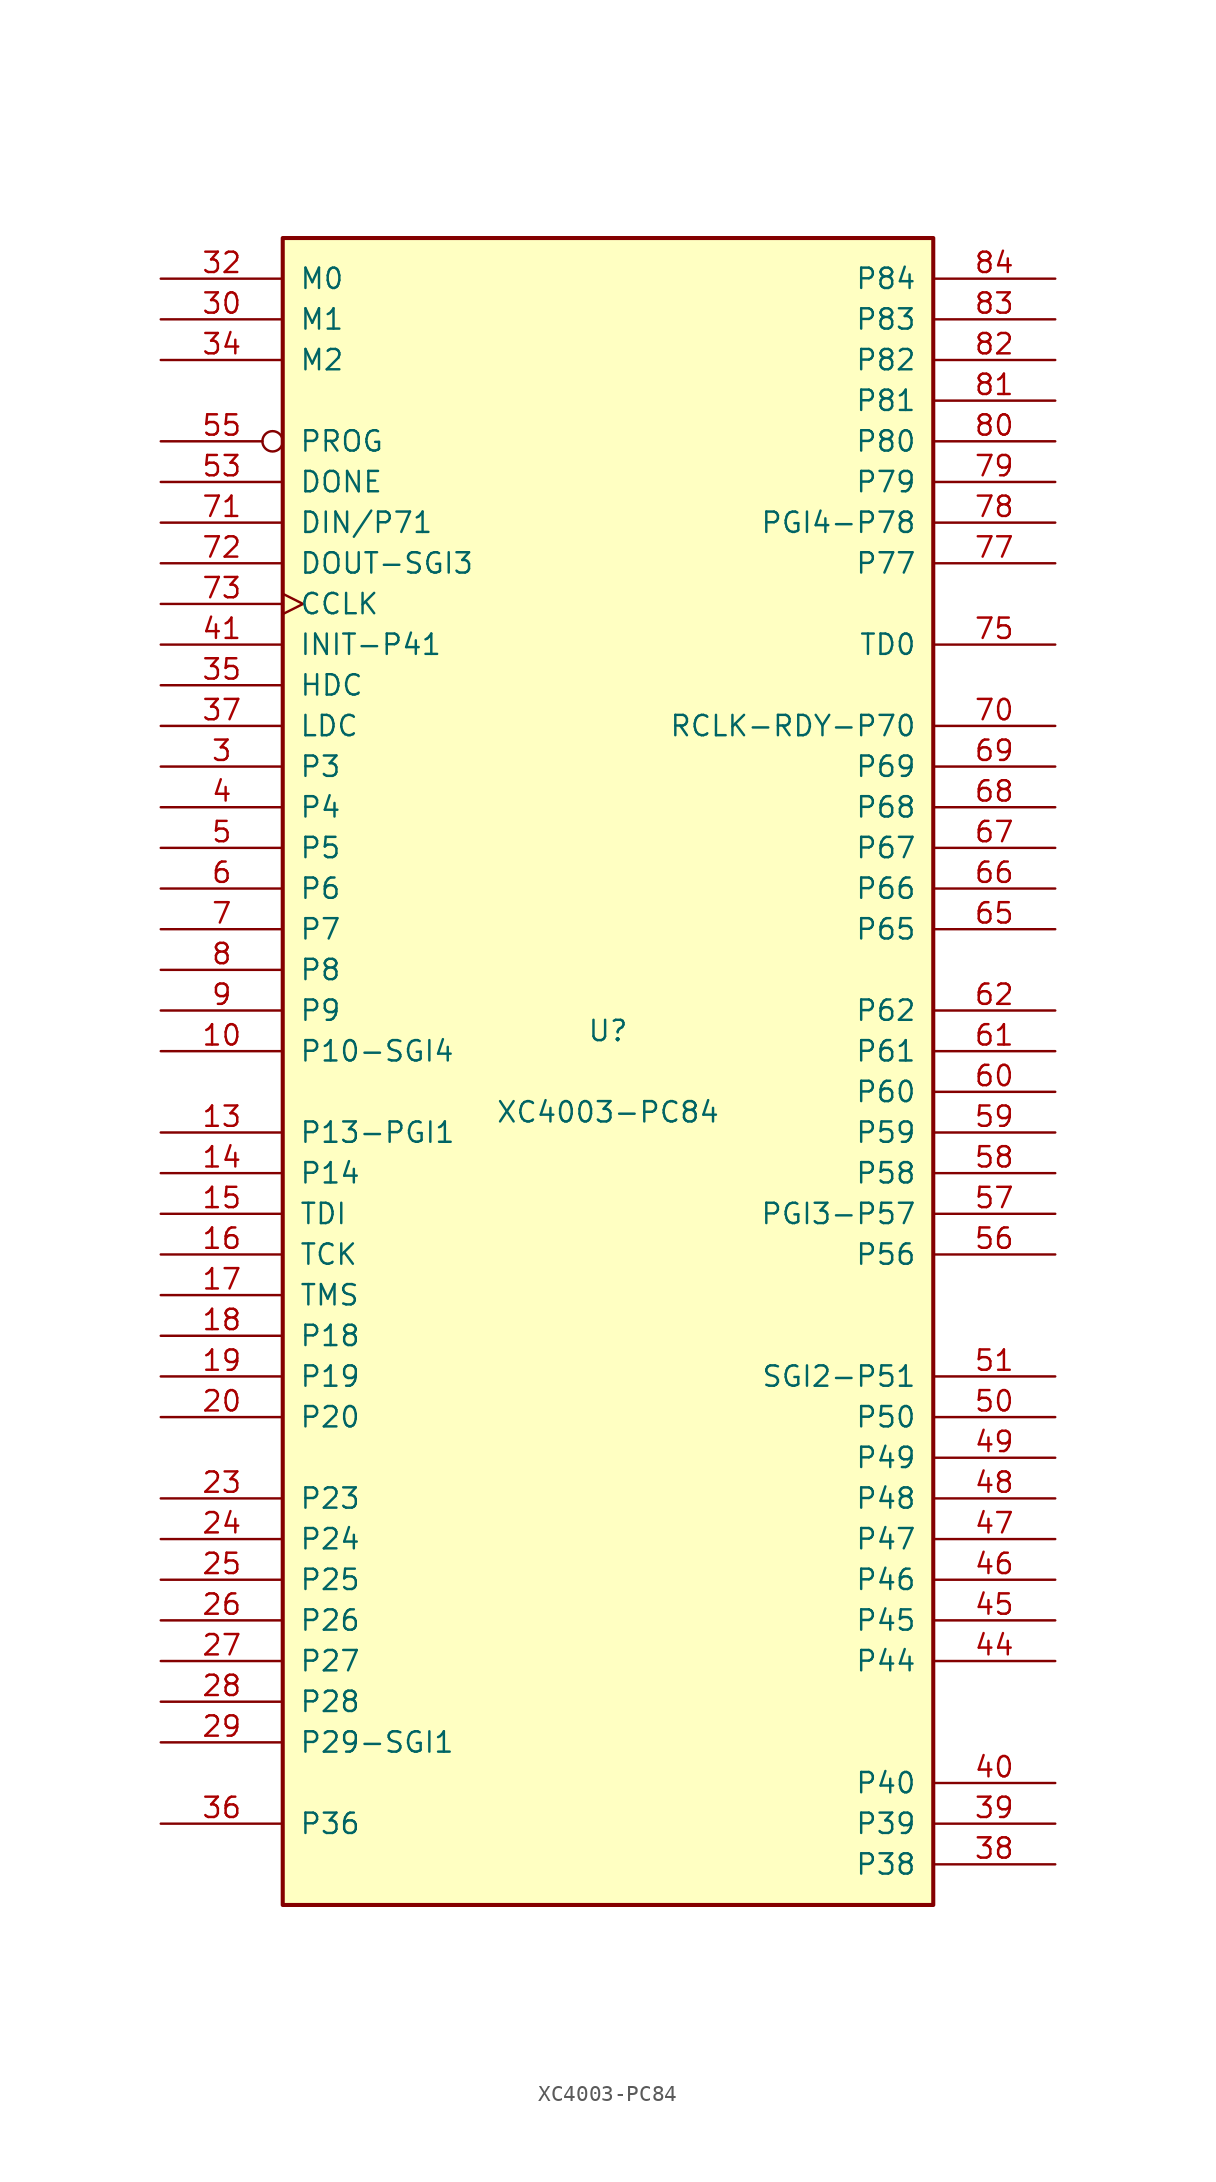
<source format=kicad_sym>
(kicad_symbol_lib
  (version 20201005)
  (generator kicad_symbol_editor)
  (symbol "FPGA_Xilinx:XC4003-PC84"
    (pin_names
      (offset 1.016))
    (property "Reference" "U"
      (at 0 2.54 0)
      (effects (font (size 1.27 1.27))))
    (property "Value" "XC4003-PC84"
      (at 0 -2.54 0)
      (effects (font (size 1.27 1.27))))
    (symbol "XC4003-PC84_0_1"
      (rectangle (start -20.32 -52.07) (end 20.32 52.07) (stroke (width 0.254)) (fill (type background))))
    (symbol "XC4003-PC84_1_1"
      (pin power_in line (at -10.16 -52.07 90) (length 0) hide (name "GND" (effects (font (size 1.27 1.27)))) (number "1" (effects (font (size 1.27 1.27)))))
      (pin passive line (at -27.94 1.27 0) (length 7.62) (name "P10-SGI4" (effects (font (size 1.27 1.27)))) (number "10" (effects (font (size 1.27 1.27)))))
      (pin power_in line (at -2.54 52.07 270) (length 0) hide (name "VCC" (effects (font (size 1.27 1.27)))) (number "11" (effects (font (size 1.27 1.27)))))
      (pin power_in line (at -7.62 -52.07 90) (length 0) hide (name "GND" (effects (font (size 1.27 1.27)))) (number "12" (effects (font (size 1.27 1.27)))))
      (pin passive line (at -27.94 -3.81 0) (length 7.62) (name "P13-PGI1" (effects (font (size 1.27 1.27)))) (number "13" (effects (font (size 1.27 1.27)))))
      (pin passive line (at -27.94 -6.35 0) (length 7.62) (name "P14" (effects (font (size 1.27 1.27)))) (number "14" (effects (font (size 1.27 1.27)))))
      (pin passive line (at -27.94 -8.89 0) (length 7.62) (name "TDI" (effects (font (size 1.27 1.27)))) (number "15" (effects (font (size 1.27 1.27)))))
      (pin passive line (at -27.94 -11.43 0) (length 7.62) (name "TCK" (effects (font (size 1.27 1.27)))) (number "16" (effects (font (size 1.27 1.27)))))
      (pin passive line (at -27.94 -13.97 0) (length 7.62) (name "TMS" (effects (font (size 1.27 1.27)))) (number "17" (effects (font (size 1.27 1.27)))))
      (pin passive line (at -27.94 -16.51 0) (length 7.62) (name "P18" (effects (font (size 1.27 1.27)))) (number "18" (effects (font (size 1.27 1.27)))))
      (pin passive line (at -27.94 -19.05 0) (length 7.62) (name "P19" (effects (font (size 1.27 1.27)))) (number "19" (effects (font (size 1.27 1.27)))))
      (pin power_in line (at -5.08 52.07 270) (length 0) hide (name "VCC" (effects (font (size 1.27 1.27)))) (number "2" (effects (font (size 1.27 1.27)))))
      (pin passive line (at -27.94 -21.59 0) (length 7.62) (name "P20" (effects (font (size 1.27 1.27)))) (number "20" (effects (font (size 1.27 1.27)))))
      (pin power_in line (at -5.08 -52.07 90) (length 0) hide (name "GND" (effects (font (size 1.27 1.27)))) (number "21" (effects (font (size 1.27 1.27)))))
      (pin passive line (at -27.94 -26.67 0) (length 7.62) (name "P23" (effects (font (size 1.27 1.27)))) (number "23" (effects (font (size 1.27 1.27)))))
      (pin passive line (at -27.94 -29.21 0) (length 7.62) (name "P24" (effects (font (size 1.27 1.27)))) (number "24" (effects (font (size 1.27 1.27)))))
      (pin passive line (at -27.94 -31.75 0) (length 7.62) (name "P25" (effects (font (size 1.27 1.27)))) (number "25" (effects (font (size 1.27 1.27)))))
      (pin passive line (at -27.94 -34.29 0) (length 7.62) (name "P26" (effects (font (size 1.27 1.27)))) (number "26" (effects (font (size 1.27 1.27)))))
      (pin passive line (at -27.94 -36.83 0) (length 7.62) (name "P27" (effects (font (size 1.27 1.27)))) (number "27" (effects (font (size 1.27 1.27)))))
      (pin passive line (at -27.94 -39.37 0) (length 7.62) (name "P28" (effects (font (size 1.27 1.27)))) (number "28" (effects (font (size 1.27 1.27)))))
      (pin passive line (at -27.94 -41.91 0) (length 7.62) (name "P29-SGI1" (effects (font (size 1.27 1.27)))) (number "29" (effects (font (size 1.27 1.27)))))
      (pin passive line (at -27.94 19.05 0) (length 7.62) (name "P3" (effects (font (size 1.27 1.27)))) (number "3" (effects (font (size 1.27 1.27)))))
      (pin input line (at -27.94 46.99 0) (length 7.62) (name "M1" (effects (font (size 1.27 1.27)))) (number "30" (effects (font (size 1.27 1.27)))))
      (pin power_in line (at -2.54 -52.07 90) (length 0) hide (name "GND" (effects (font (size 1.27 1.27)))) (number "31" (effects (font (size 1.27 1.27)))))
      (pin input line (at -27.94 49.53 0) (length 7.62) (name "M0" (effects (font (size 1.27 1.27)))) (number "32" (effects (font (size 1.27 1.27)))))
      (pin power_in line (at 0 52.07 270) (length 0) hide (name "VCC" (effects (font (size 1.27 1.27)))) (number "33" (effects (font (size 1.27 1.27)))))
      (pin input line (at -27.94 44.45 0) (length 7.62) (name "M2" (effects (font (size 1.27 1.27)))) (number "34" (effects (font (size 1.27 1.27)))))
      (pin passive line (at -27.94 24.13 0) (length 7.62) (name "HDC" (effects (font (size 1.27 1.27)))) (number "35" (effects (font (size 1.27 1.27)))))
      (pin bidirectional line (at -27.94 -46.99 0) (length 7.62) (name "P36" (effects (font (size 1.27 1.27)))) (number "36" (effects (font (size 1.27 1.27)))))
      (pin passive line (at -27.94 21.59 0) (length 7.62) (name "LDC" (effects (font (size 1.27 1.27)))) (number "37" (effects (font (size 1.27 1.27)))))
      (pin passive line (at 27.94 -49.53 180) (length 7.62) (name "P38" (effects (font (size 1.27 1.27)))) (number "38" (effects (font (size 1.27 1.27)))))
      (pin passive line (at 27.94 -46.99 180) (length 7.62) (name "P39" (effects (font (size 1.27 1.27)))) (number "39" (effects (font (size 1.27 1.27)))))
      (pin passive line (at -27.94 16.51 0) (length 7.62) (name "P4" (effects (font (size 1.27 1.27)))) (number "4" (effects (font (size 1.27 1.27)))))
      (pin passive line (at 27.94 -44.45 180) (length 7.62) (name "P40" (effects (font (size 1.27 1.27)))) (number "40" (effects (font (size 1.27 1.27)))))
      (pin bidirectional line (at -27.94 26.67 0) (length 7.62) (name "INIT-P41" (effects (font (size 1.27 1.27)))) (number "41" (effects (font (size 1.27 1.27)))))
      (pin power_in line (at 2.54 52.07 270) (length 0) hide (name "VCC" (effects (font (size 1.27 1.27)))) (number "42" (effects (font (size 1.27 1.27)))))
      (pin power_in line (at 0 -52.07 90) (length 0) hide (name "GND" (effects (font (size 1.27 1.27)))) (number "43" (effects (font (size 1.27 1.27)))))
      (pin passive line (at 27.94 -36.83 180) (length 7.62) (name "P44" (effects (font (size 1.27 1.27)))) (number "44" (effects (font (size 1.27 1.27)))))
      (pin passive line (at 27.94 -34.29 180) (length 7.62) (name "P45" (effects (font (size 1.27 1.27)))) (number "45" (effects (font (size 1.27 1.27)))))
      (pin passive line (at 27.94 -31.75 180) (length 7.62) (name "P46" (effects (font (size 1.27 1.27)))) (number "46" (effects (font (size 1.27 1.27)))))
      (pin passive line (at 27.94 -29.21 180) (length 7.62) (name "P47" (effects (font (size 1.27 1.27)))) (number "47" (effects (font (size 1.27 1.27)))))
      (pin passive line (at 27.94 -26.67 180) (length 7.62) (name "P48" (effects (font (size 1.27 1.27)))) (number "48" (effects (font (size 1.27 1.27)))))
      (pin passive line (at 27.94 -24.13 180) (length 7.62) (name "P49" (effects (font (size 1.27 1.27)))) (number "49" (effects (font (size 1.27 1.27)))))
      (pin passive line (at -27.94 13.97 0) (length 7.62) (name "P5" (effects (font (size 1.27 1.27)))) (number "5" (effects (font (size 1.27 1.27)))))
      (pin passive line (at 27.94 -21.59 180) (length 7.62) (name "P50" (effects (font (size 1.27 1.27)))) (number "50" (effects (font (size 1.27 1.27)))))
      (pin passive line (at 27.94 -19.05 180) (length 7.62) (name "SGI2-P51" (effects (font (size 1.27 1.27)))) (number "51" (effects (font (size 1.27 1.27)))))
      (pin power_in line (at 2.54 -52.07 90) (length 0) hide (name "GND" (effects (font (size 1.27 1.27)))) (number "52" (effects (font (size 1.27 1.27)))))
      (pin bidirectional line (at -27.94 36.83 0) (length 7.62) (name "DONE" (effects (font (size 1.27 1.27)))) (number "53" (effects (font (size 1.27 1.27)))))
      (pin power_in line (at 5.08 52.07 270) (length 0) hide (name "VCC" (effects (font (size 1.27 1.27)))) (number "54" (effects (font (size 1.27 1.27)))))
      (pin input inverted (at -27.94 39.37 0) (length 7.62) (name "PROG" (effects (font (size 1.27 1.27)))) (number "55" (effects (font (size 1.27 1.27)))))
      (pin passive line (at 27.94 -11.43 180) (length 7.62) (name "P56" (effects (font (size 1.27 1.27)))) (number "56" (effects (font (size 1.27 1.27)))))
      (pin passive line (at 27.94 -8.89 180) (length 7.62) (name "PGI3-P57" (effects (font (size 1.27 1.27)))) (number "57" (effects (font (size 1.27 1.27)))))
      (pin passive line (at 27.94 -6.35 180) (length 7.62) (name "P58" (effects (font (size 1.27 1.27)))) (number "58" (effects (font (size 1.27 1.27)))))
      (pin passive line (at 27.94 -3.81 180) (length 7.62) (name "P59" (effects (font (size 1.27 1.27)))) (number "59" (effects (font (size 1.27 1.27)))))
      (pin passive line (at -27.94 11.43 0) (length 7.62) (name "P6" (effects (font (size 1.27 1.27)))) (number "6" (effects (font (size 1.27 1.27)))))
      (pin passive line (at 27.94 -1.27 180) (length 7.62) (name "P60" (effects (font (size 1.27 1.27)))) (number "60" (effects (font (size 1.27 1.27)))))
      (pin passive line (at 27.94 1.27 180) (length 7.62) (name "P61" (effects (font (size 1.27 1.27)))) (number "61" (effects (font (size 1.27 1.27)))))
      (pin passive line (at 27.94 3.81 180) (length 7.62) (name "P62" (effects (font (size 1.27 1.27)))) (number "62" (effects (font (size 1.27 1.27)))))
      (pin power_in line (at 5.08 -52.07 90) (length 0) hide (name "GND" (effects (font (size 1.27 1.27)))) (number "64" (effects (font (size 1.27 1.27)))))
      (pin passive line (at 27.94 8.89 180) (length 7.62) (name "P65" (effects (font (size 1.27 1.27)))) (number "65" (effects (font (size 1.27 1.27)))))
      (pin passive line (at 27.94 11.43 180) (length 7.62) (name "P66" (effects (font (size 1.27 1.27)))) (number "66" (effects (font (size 1.27 1.27)))))
      (pin passive line (at 27.94 13.97 180) (length 7.62) (name "P67" (effects (font (size 1.27 1.27)))) (number "67" (effects (font (size 1.27 1.27)))))
      (pin passive line (at 27.94 16.51 180) (length 7.62) (name "P68" (effects (font (size 1.27 1.27)))) (number "68" (effects (font (size 1.27 1.27)))))
      (pin passive line (at 27.94 19.05 180) (length 7.62) (name "P69" (effects (font (size 1.27 1.27)))) (number "69" (effects (font (size 1.27 1.27)))))
      (pin passive line (at -27.94 8.89 0) (length 7.62) (name "P7" (effects (font (size 1.27 1.27)))) (number "7" (effects (font (size 1.27 1.27)))))
      (pin passive line (at 27.94 21.59 180) (length 7.62) (name "RCLK-RDY-P70" (effects (font (size 1.27 1.27)))) (number "70" (effects (font (size 1.27 1.27)))))
      (pin input line (at -27.94 34.29 0) (length 7.62) (name "DIN/P71" (effects (font (size 1.27 1.27)))) (number "71" (effects (font (size 1.27 1.27)))))
      (pin passive line (at -27.94 31.75 0) (length 7.62) (name "DOUT-SGI3" (effects (font (size 1.27 1.27)))) (number "72" (effects (font (size 1.27 1.27)))))
      (pin passive clock (at -27.94 29.21 0) (length 7.62) (name "CCLK" (effects (font (size 1.27 1.27)))) (number "73" (effects (font (size 1.27 1.27)))))
      (pin power_in line (at 7.62 52.07 270) (length 0) hide (name "VCC" (effects (font (size 1.27 1.27)))) (number "74" (effects (font (size 1.27 1.27)))))
      (pin passive line (at 27.94 26.67 180) (length 7.62) (name "TD0" (effects (font (size 1.27 1.27)))) (number "75" (effects (font (size 1.27 1.27)))))
      (pin power_in line (at 7.62 -52.07 90) (length 0) hide (name "GND" (effects (font (size 1.27 1.27)))) (number "76" (effects (font (size 1.27 1.27)))))
      (pin passive line (at 27.94 31.75 180) (length 7.62) (name "P77" (effects (font (size 1.27 1.27)))) (number "77" (effects (font (size 1.27 1.27)))))
      (pin passive line (at 27.94 34.29 180) (length 7.62) (name "PGI4-P78" (effects (font (size 1.27 1.27)))) (number "78" (effects (font (size 1.27 1.27)))))
      (pin passive line (at 27.94 36.83 180) (length 7.62) (name "P79" (effects (font (size 1.27 1.27)))) (number "79" (effects (font (size 1.27 1.27)))))
      (pin passive line (at -27.94 6.35 0) (length 7.62) (name "P8" (effects (font (size 1.27 1.27)))) (number "8" (effects (font (size 1.27 1.27)))))
      (pin passive line (at 27.94 39.37 180) (length 7.62) (name "P80" (effects (font (size 1.27 1.27)))) (number "80" (effects (font (size 1.27 1.27)))))
      (pin passive line (at 27.94 41.91 180) (length 7.62) (name "P81" (effects (font (size 1.27 1.27)))) (number "81" (effects (font (size 1.27 1.27)))))
      (pin passive line (at 27.94 44.45 180) (length 7.62) (name "P82" (effects (font (size 1.27 1.27)))) (number "82" (effects (font (size 1.27 1.27)))))
      (pin passive line (at 27.94 46.99 180) (length 7.62) (name "P83" (effects (font (size 1.27 1.27)))) (number "83" (effects (font (size 1.27 1.27)))))
      (pin passive line (at 27.94 49.53 180) (length 7.62) (name "P84" (effects (font (size 1.27 1.27)))) (number "84" (effects (font (size 1.27 1.27)))))
      (pin passive line (at -27.94 3.81 0) (length 7.62) (name "P9" (effects (font (size 1.27 1.27)))) (number "9" (effects (font (size 1.27 1.27))))))))
</source>
